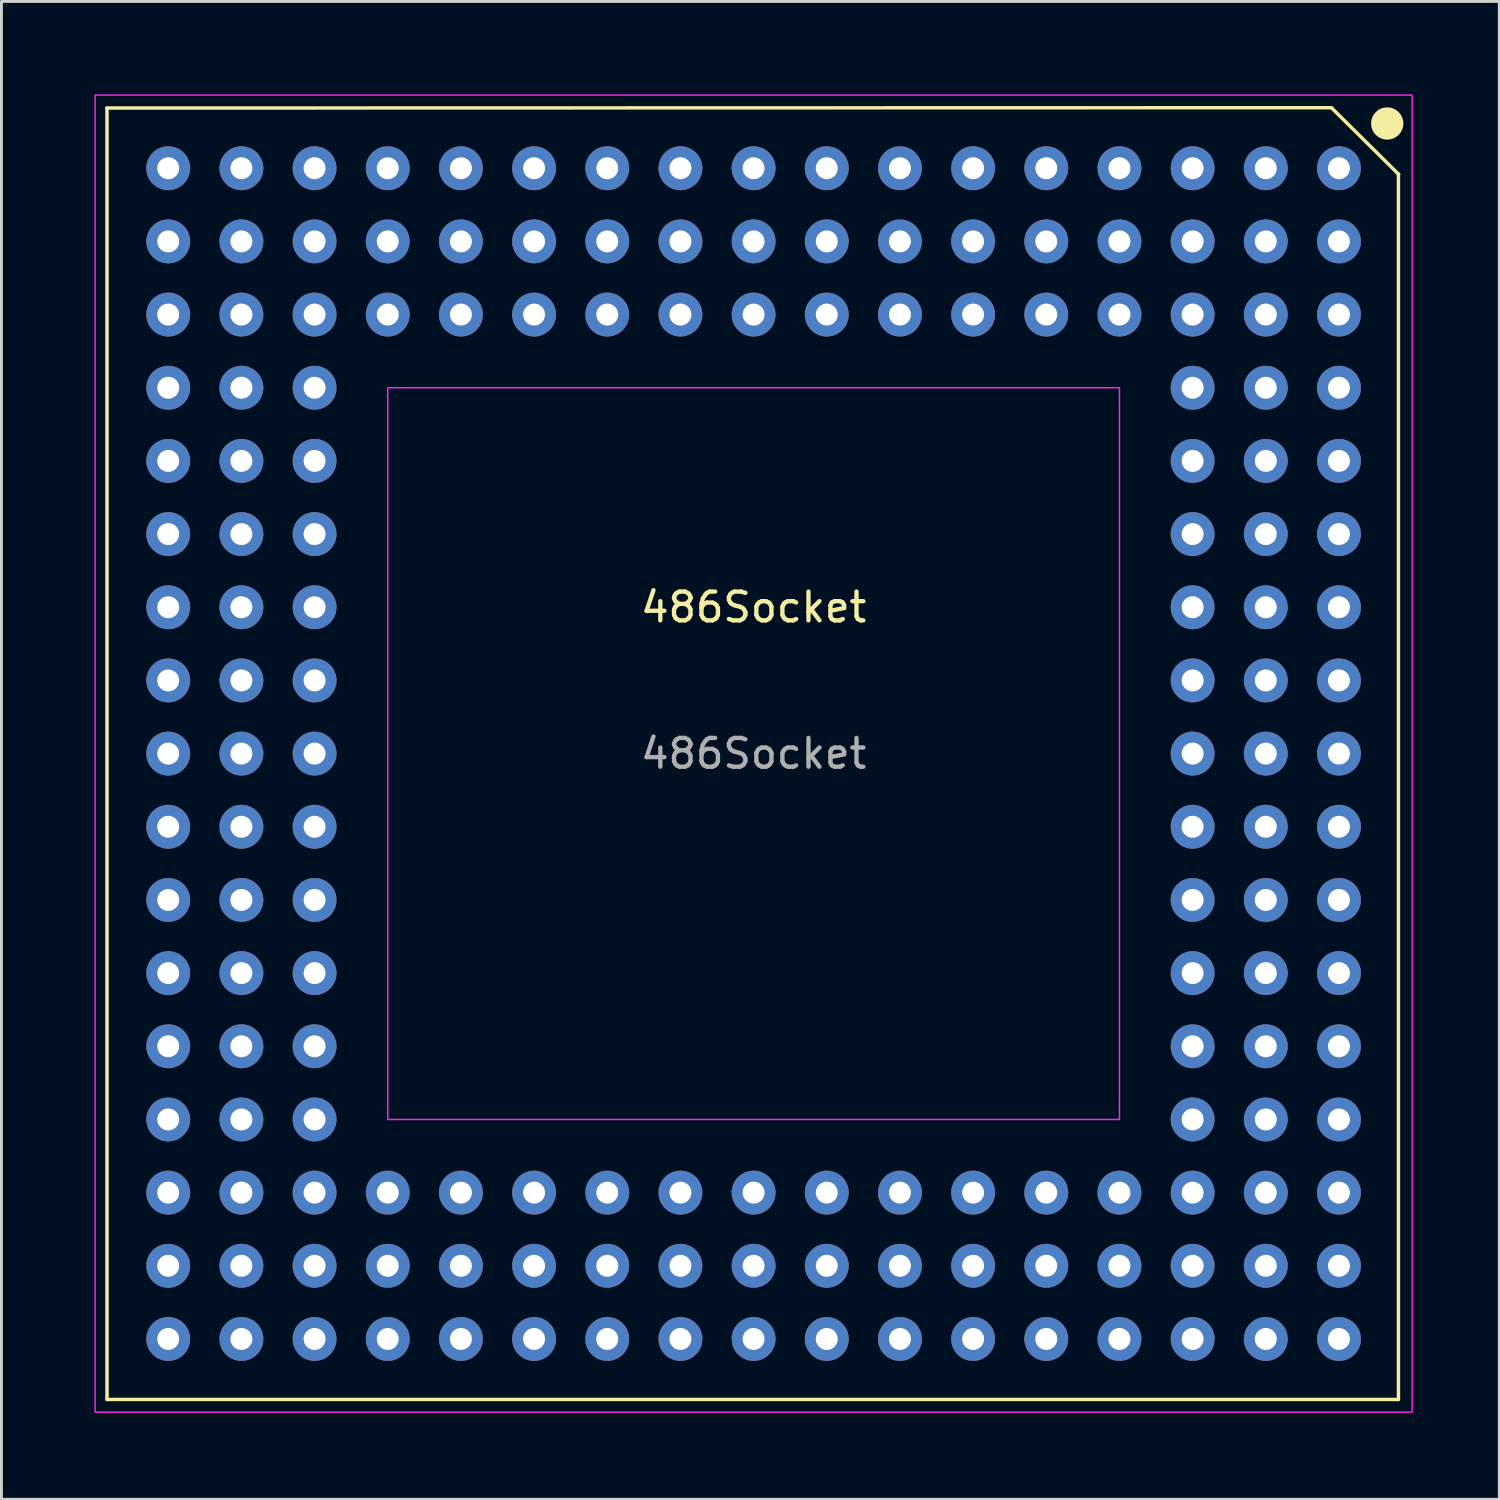
<source format=kicad_pcb>
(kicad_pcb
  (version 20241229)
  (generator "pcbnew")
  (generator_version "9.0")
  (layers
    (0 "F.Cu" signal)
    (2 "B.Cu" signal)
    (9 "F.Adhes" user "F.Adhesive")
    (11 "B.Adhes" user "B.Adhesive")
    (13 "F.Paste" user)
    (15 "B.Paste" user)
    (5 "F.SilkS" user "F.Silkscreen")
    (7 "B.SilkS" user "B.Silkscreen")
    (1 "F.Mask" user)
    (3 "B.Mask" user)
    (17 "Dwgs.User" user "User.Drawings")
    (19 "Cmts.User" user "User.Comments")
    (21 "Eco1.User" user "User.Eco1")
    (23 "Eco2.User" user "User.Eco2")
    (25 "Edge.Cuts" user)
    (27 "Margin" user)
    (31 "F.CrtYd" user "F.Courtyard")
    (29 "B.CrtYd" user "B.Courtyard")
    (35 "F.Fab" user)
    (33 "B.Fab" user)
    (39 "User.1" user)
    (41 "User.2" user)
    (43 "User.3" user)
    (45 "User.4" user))
  (footprint "486Socket"
    (layer "F.Cu")
    (at 0.25 0.25)
    (property "Reference" "486Socket" (at 22.86 17.78 0) (unlocked yes) (layer "F.SilkS") (effects (font (size 1 1) (thickness 0.15))))
    (attr through_hole)
    (fp_line (start 0.414 0.45) (end 0.414 45.28) (stroke (width 0.12) (type default)) (layer "F.SilkS"))
    (fp_line (start 0.414 45.28) (end 45.244 45.28) (stroke (width 0.12) (type default)) (layer "F.SilkS"))
    (fp_line (start 42.917 0.439) (end 0.414 0.45) (stroke (width 0.12) (type default)) (layer "F.SilkS"))
    (fp_line (start 45.244 45.28) (end 45.244 2.74) (stroke (width 0.12) (type default)) (layer "F.SilkS"))
    (fp_line (start 45.251 2.75) (end 42.917 0.439) (stroke (width 0.12) (type default)) (layer "F.SilkS"))
    (fp_circle (center 44.855 0.987) (end 45.355 0.987) (stroke (width 0.12) (type solid)) (fill yes) (layer "F.SilkS"))
    (fp_rect (start 0 0) (end 45.72 45.72) (stroke (width 0.05) (type default)) (fill no) (layer "F.CrtYd"))
    (fp_rect (start 10.16 10.16) (end 35.56 35.56) (stroke (width 0.05) (type default)) (fill no) (layer "F.CrtYd"))
    (fp_text user "${REFERENCE}" (at 22.86 22.86 0) (unlocked yes) (layer "F.Fab") (effects (font (size 1 1) (thickness 0.15))))
    (pad "A1" thru_hole circle (at 43.18 2.54) (size 1.524 1.524) (drill 0.762) (layers "*.Cu" "*.Mask"))
    (pad "A2" thru_hole circle (at 43.18 5.08) (size 1.524 1.524) (drill 0.762) (layers "*.Cu" "*.Mask"))
    (pad "A3" thru_hole circle (at 43.18 7.62) (size 1.524 1.524) (drill 0.762) (layers "*.Cu" "*.Mask"))
    (pad "A4" thru_hole circle (at 43.18 10.16) (size 1.524 1.524) (drill 0.762) (layers "*.Cu" "*.Mask"))
    (pad "A5" thru_hole circle (at 43.18 12.7) (size 1.524 1.524) (drill 0.762) (layers "*.Cu" "*.Mask"))
    (pad "A6" thru_hole circle (at 43.18 15.24) (size 1.524 1.524) (drill 0.762) (layers "*.Cu" "*.Mask"))
    (pad "A7" thru_hole circle (at 43.18 17.78) (size 1.524 1.524) (drill 0.762) (layers "*.Cu" "*.Mask"))
    (pad "A8" thru_hole circle (at 43.18 20.32) (size 1.524 1.524) (drill 0.762) (layers "*.Cu" "*.Mask"))
    (pad "A9" thru_hole circle (at 43.18 22.86) (size 1.524 1.524) (drill 0.762) (layers "*.Cu" "*.Mask"))
    (pad "A10" thru_hole circle (at 43.18 25.4) (size 1.524 1.524) (drill 0.762) (layers "*.Cu" "*.Mask"))
    (pad "A11" thru_hole circle (at 43.18 27.94) (size 1.524 1.524) (drill 0.762) (layers "*.Cu" "*.Mask"))
    (pad "A12" thru_hole circle (at 43.18 30.48) (size 1.524 1.524) (drill 0.762) (layers "*.Cu" "*.Mask"))
    (pad "A13" thru_hole circle (at 43.18 33.02) (size 1.524 1.524) (drill 0.762) (layers "*.Cu" "*.Mask"))
    (pad "A14" thru_hole circle (at 43.18 35.56) (size 1.524 1.524) (drill 0.762) (layers "*.Cu" "*.Mask"))
    (pad "A15" thru_hole circle (at 43.18 38.1) (size 1.524 1.524) (drill 0.762) (layers "*.Cu" "*.Mask"))
    (pad "A16" thru_hole circle (at 43.18 40.64) (size 1.524 1.524) (drill 0.762) (layers "*.Cu" "*.Mask"))
    (pad "A17" thru_hole circle (at 43.18 43.18) (size 1.524 1.524) (drill 0.762) (layers "*.Cu" "*.Mask"))
    (pad "B1" thru_hole circle (at 40.64 2.54) (size 1.524 1.524) (drill 0.762) (layers "*.Cu" "*.Mask"))
    (pad "B2" thru_hole circle (at 40.64 5.08) (size 1.524 1.524) (drill 0.762) (layers "*.Cu" "*.Mask"))
    (pad "B3" thru_hole circle (at 40.64 7.62) (size 1.524 1.524) (drill 0.762) (layers "*.Cu" "*.Mask"))
    (pad "B4" thru_hole circle (at 40.64 10.16) (size 1.524 1.524) (drill 0.762) (layers "*.Cu" "*.Mask"))
    (pad "B5" thru_hole circle (at 40.64 12.7) (size 1.524 1.524) (drill 0.762) (layers "*.Cu" "*.Mask"))
    (pad "B6" thru_hole circle (at 40.64 15.24) (size 1.524 1.524) (drill 0.762) (layers "*.Cu" "*.Mask"))
    (pad "B7" thru_hole circle (at 40.64 17.78) (size 1.524 1.524) (drill 0.762) (layers "*.Cu" "*.Mask"))
    (pad "B8" thru_hole circle (at 40.64 20.32) (size 1.524 1.524) (drill 0.762) (layers "*.Cu" "*.Mask"))
    (pad "B9" thru_hole circle (at 40.64 22.86) (size 1.524 1.524) (drill 0.762) (layers "*.Cu" "*.Mask"))
    (pad "B10" thru_hole circle (at 40.64 25.4) (size 1.524 1.524) (drill 0.762) (layers "*.Cu" "*.Mask"))
    (pad "B11" thru_hole circle (at 40.64 27.94) (size 1.524 1.524) (drill 0.762) (layers "*.Cu" "*.Mask"))
    (pad "B12" thru_hole circle (at 40.64 30.48) (size 1.524 1.524) (drill 0.762) (layers "*.Cu" "*.Mask"))
    (pad "B13" thru_hole circle (at 40.64 33.02) (size 1.524 1.524) (drill 0.762) (layers "*.Cu" "*.Mask"))
    (pad "B14" thru_hole circle (at 40.64 35.56) (size 1.524 1.524) (drill 0.762) (layers "*.Cu" "*.Mask"))
    (pad "B15" thru_hole circle (at 40.64 38.1) (size 1.524 1.524) (drill 0.762) (layers "*.Cu" "*.Mask"))
    (pad "B16" thru_hole circle (at 40.64 40.64) (size 1.524 1.524) (drill 0.762) (layers "*.Cu" "*.Mask"))
    (pad "B17" thru_hole circle (at 40.64 43.18) (size 1.524 1.524) (drill 0.762) (layers "*.Cu" "*.Mask"))
    (pad "C1" thru_hole circle (at 38.1 2.54) (size 1.524 1.524) (drill 0.762) (layers "*.Cu" "*.Mask"))
    (pad "C2" thru_hole circle (at 38.1 5.08) (size 1.524 1.524) (drill 0.762) (layers "*.Cu" "*.Mask"))
    (pad "C3" thru_hole circle (at 38.1 7.62) (size 1.524 1.524) (drill 0.762) (layers "*.Cu" "*.Mask"))
    (pad "C4" thru_hole circle (at 38.1 10.16) (size 1.524 1.524) (drill 0.762) (layers "*.Cu" "*.Mask"))
    (pad "C5" thru_hole circle (at 38.1 12.7) (size 1.524 1.524) (drill 0.762) (layers "*.Cu" "*.Mask"))
    (pad "C6" thru_hole circle (at 38.1 15.24) (size 1.524 1.524) (drill 0.762) (layers "*.Cu" "*.Mask"))
    (pad "C7" thru_hole circle (at 38.1 17.78) (size 1.524 1.524) (drill 0.762) (layers "*.Cu" "*.Mask"))
    (pad "C8" thru_hole circle (at 38.1 20.32) (size 1.524 1.524) (drill 0.762) (layers "*.Cu" "*.Mask"))
    (pad "C9" thru_hole circle (at 38.1 22.86) (size 1.524 1.524) (drill 0.762) (layers "*.Cu" "*.Mask"))
    (pad "C10" thru_hole circle (at 38.1 25.4) (size 1.524 1.524) (drill 0.762) (layers "*.Cu" "*.Mask"))
    (pad "C11" thru_hole circle (at 38.1 27.94) (size 1.524 1.524) (drill 0.762) (layers "*.Cu" "*.Mask"))
    (pad "C12" thru_hole circle (at 38.1 30.48) (size 1.524 1.524) (drill 0.762) (layers "*.Cu" "*.Mask"))
    (pad "C13" thru_hole circle (at 38.1 33.02) (size 1.524 1.524) (drill 0.762) (layers "*.Cu" "*.Mask"))
    (pad "C14" thru_hole circle (at 38.1 35.56) (size 1.524 1.524) (drill 0.762) (layers "*.Cu" "*.Mask"))
    (pad "C15" thru_hole circle (at 38.1 38.1) (size 1.524 1.524) (drill 0.762) (layers "*.Cu" "*.Mask"))
    (pad "C16" thru_hole circle (at 38.1 40.64) (size 1.524 1.524) (drill 0.762) (layers "*.Cu" "*.Mask"))
    (pad "C17" thru_hole circle (at 38.1 43.18) (size 1.524 1.524) (drill 0.762) (layers "*.Cu" "*.Mask"))
    (pad "D1" thru_hole circle (at 35.56 2.54) (size 1.524 1.524) (drill 0.762) (layers "*.Cu" "*.Mask"))
    (pad "D2" thru_hole circle (at 35.56 5.08) (size 1.524 1.524) (drill 0.762) (layers "*.Cu" "*.Mask"))
    (pad "D3" thru_hole circle (at 35.56 7.62) (size 1.524 1.524) (drill 0.762) (layers "*.Cu" "*.Mask"))
    (pad "D15" thru_hole circle (at 35.56 38.1) (size 1.524 1.524) (drill 0.762) (layers "*.Cu" "*.Mask"))
    (pad "D16" thru_hole circle (at 35.56 40.64) (size 1.524 1.524) (drill 0.762) (layers "*.Cu" "*.Mask"))
    (pad "D17" thru_hole circle (at 35.56 43.18) (size 1.524 1.524) (drill 0.762) (layers "*.Cu" "*.Mask"))
    (pad "E1" thru_hole circle (at 33.02 2.54) (size 1.524 1.524) (drill 0.762) (layers "*.Cu" "*.Mask"))
    (pad "E2" thru_hole circle (at 33.02 5.08) (size 1.524 1.524) (drill 0.762) (layers "*.Cu" "*.Mask"))
    (pad "E3" thru_hole circle (at 33.02 7.62) (size 1.524 1.524) (drill 0.762) (layers "*.Cu" "*.Mask"))
    (pad "E15" thru_hole circle (at 33.02 38.1) (size 1.524 1.524) (drill 0.762) (layers "*.Cu" "*.Mask"))
    (pad "E16" thru_hole circle (at 33.02 40.64) (size 1.524 1.524) (drill 0.762) (layers "*.Cu" "*.Mask"))
    (pad "E17" thru_hole circle (at 33.02 43.18) (size 1.524 1.524) (drill 0.762) (layers "*.Cu" "*.Mask"))
    (pad "F1" thru_hole circle (at 30.48 2.54) (size 1.524 1.524) (drill 0.762) (layers "*.Cu" "*.Mask"))
    (pad "F2" thru_hole circle (at 30.48 5.08) (size 1.524 1.524) (drill 0.762) (layers "*.Cu" "*.Mask"))
    (pad "F3" thru_hole circle (at 30.48 7.62) (size 1.524 1.524) (drill 0.762) (layers "*.Cu" "*.Mask"))
    (pad "F15" thru_hole circle (at 30.48 38.1) (size 1.524 1.524) (drill 0.762) (layers "*.Cu" "*.Mask"))
    (pad "F16" thru_hole circle (at 30.48 40.64) (size 1.524 1.524) (drill 0.762) (layers "*.Cu" "*.Mask"))
    (pad "F17" thru_hole circle (at 30.48 43.18) (size 1.524 1.524) (drill 0.762) (layers "*.Cu" "*.Mask"))
    (pad "G1" thru_hole circle (at 27.94 2.54) (size 1.524 1.524) (drill 0.762) (layers "*.Cu" "*.Mask"))
    (pad "G2" thru_hole circle (at 27.94 5.08) (size 1.524 1.524) (drill 0.762) (layers "*.Cu" "*.Mask"))
    (pad "G3" thru_hole circle (at 27.94 7.62) (size 1.524 1.524) (drill 0.762) (layers "*.Cu" "*.Mask"))
    (pad "G15" thru_hole circle (at 27.94 38.1) (size 1.524 1.524) (drill 0.762) (layers "*.Cu" "*.Mask"))
    (pad "G16" thru_hole circle (at 27.94 40.64) (size 1.524 1.524) (drill 0.762) (layers "*.Cu" "*.Mask"))
    (pad "G17" thru_hole circle (at 27.94 43.18) (size 1.524 1.524) (drill 0.762) (layers "*.Cu" "*.Mask"))
    (pad "H1" thru_hole circle (at 25.4 2.54) (size 1.524 1.524) (drill 0.762) (layers "*.Cu" "*.Mask"))
    (pad "H2" thru_hole circle (at 25.4 5.08) (size 1.524 1.524) (drill 0.762) (layers "*.Cu" "*.Mask"))
    (pad "H3" thru_hole circle (at 25.4 7.62) (size 1.524 1.524) (drill 0.762) (layers "*.Cu" "*.Mask"))
    (pad "H15" thru_hole circle (at 25.4 38.1) (size 1.524 1.524) (drill 0.762) (layers "*.Cu" "*.Mask"))
    (pad "H16" thru_hole circle (at 25.4 40.64) (size 1.524 1.524) (drill 0.762) (layers "*.Cu" "*.Mask"))
    (pad "H17" thru_hole circle (at 25.4 43.18) (size 1.524 1.524) (drill 0.762) (layers "*.Cu" "*.Mask"))
    (pad "J1" thru_hole circle (at 22.86 2.54) (size 1.524 1.524) (drill 0.762) (layers "*.Cu" "*.Mask"))
    (pad "J2" thru_hole circle (at 22.86 5.08) (size 1.524 1.524) (drill 0.762) (layers "*.Cu" "*.Mask"))
    (pad "J3" thru_hole circle (at 22.86 7.62) (size 1.524 1.524) (drill 0.762) (layers "*.Cu" "*.Mask"))
    (pad "J15" thru_hole circle (at 22.86 38.1) (size 1.524 1.524) (drill 0.762) (layers "*.Cu" "*.Mask"))
    (pad "J16" thru_hole circle (at 22.86 40.64) (size 1.524 1.524) (drill 0.762) (layers "*.Cu" "*.Mask"))
    (pad "J17" thru_hole circle (at 22.86 43.18) (size 1.524 1.524) (drill 0.762) (layers "*.Cu" "*.Mask"))
    (pad "K1" thru_hole circle (at 20.32 2.54) (size 1.524 1.524) (drill 0.762) (layers "*.Cu" "*.Mask"))
    (pad "K2" thru_hole circle (at 20.32 5.08) (size 1.524 1.524) (drill 0.762) (layers "*.Cu" "*.Mask"))
    (pad "K3" thru_hole circle (at 20.32 7.62) (size 1.524 1.524) (drill 0.762) (layers "*.Cu" "*.Mask"))
    (pad "K15" thru_hole circle (at 20.32 38.1) (size 1.524 1.524) (drill 0.762) (layers "*.Cu" "*.Mask"))
    (pad "K16" thru_hole circle (at 20.32 40.64) (size 1.524 1.524) (drill 0.762) (layers "*.Cu" "*.Mask"))
    (pad "K17" thru_hole circle (at 20.32 43.18) (size 1.524 1.524) (drill 0.762) (layers "*.Cu" "*.Mask"))
    (pad "L1" thru_hole circle (at 17.78 2.54) (size 1.524 1.524) (drill 0.762) (layers "*.Cu" "*.Mask"))
    (pad "L2" thru_hole circle (at 17.78 5.08) (size 1.524 1.524) (drill 0.762) (layers "*.Cu" "*.Mask"))
    (pad "L3" thru_hole circle (at 17.78 7.62) (size 1.524 1.524) (drill 0.762) (layers "*.Cu" "*.Mask"))
    (pad "L15" thru_hole circle (at 17.78 38.1) (size 1.524 1.524) (drill 0.762) (layers "*.Cu" "*.Mask"))
    (pad "L16" thru_hole circle (at 17.78 40.64) (size 1.524 1.524) (drill 0.762) (layers "*.Cu" "*.Mask"))
    (pad "L17" thru_hole circle (at 17.78 43.18) (size 1.524 1.524) (drill 0.762) (layers "*.Cu" "*.Mask"))
    (pad "M1" thru_hole circle (at 15.24 2.54) (size 1.524 1.524) (drill 0.762) (layers "*.Cu" "*.Mask"))
    (pad "M2" thru_hole circle (at 15.24 5.08) (size 1.524 1.524) (drill 0.762) (layers "*.Cu" "*.Mask"))
    (pad "M3" thru_hole circle (at 15.24 7.62) (size 1.524 1.524) (drill 0.762) (layers "*.Cu" "*.Mask"))
    (pad "M15" thru_hole circle (at 15.24 38.1) (size 1.524 1.524) (drill 0.762) (layers "*.Cu" "*.Mask"))
    (pad "M16" thru_hole circle (at 15.24 40.64) (size 1.524 1.524) (drill 0.762) (layers "*.Cu" "*.Mask"))
    (pad "M17" thru_hole circle (at 15.24 43.18) (size 1.524 1.524) (drill 0.762) (layers "*.Cu" "*.Mask"))
    (pad "N1" thru_hole circle (at 12.7 2.54) (size 1.524 1.524) (drill 0.762) (layers "*.Cu" "*.Mask"))
    (pad "N2" thru_hole circle (at 12.7 5.08) (size 1.524 1.524) (drill 0.762) (layers "*.Cu" "*.Mask"))
    (pad "N3" thru_hole circle (at 12.7 7.62) (size 1.524 1.524) (drill 0.762) (layers "*.Cu" "*.Mask"))
    (pad "N15" thru_hole circle (at 12.7 38.1) (size 1.524 1.524) (drill 0.762) (layers "*.Cu" "*.Mask"))
    (pad "N16" thru_hole circle (at 12.7 40.64) (size 1.524 1.524) (drill 0.762) (layers "*.Cu" "*.Mask"))
    (pad "N17" thru_hole circle (at 12.7 43.18) (size 1.524 1.524) (drill 0.762) (layers "*.Cu" "*.Mask"))
    (pad "P1" thru_hole circle (at 10.16 2.54) (size 1.524 1.524) (drill 0.762) (layers "*.Cu" "*.Mask"))
    (pad "P2" thru_hole circle (at 10.16 5.08) (size 1.524 1.524) (drill 0.762) (layers "*.Cu" "*.Mask"))
    (pad "P3" thru_hole circle (at 10.16 7.62) (size 1.524 1.524) (drill 0.762) (layers "*.Cu" "*.Mask"))
    (pad "P15" thru_hole circle (at 10.16 38.1) (size 1.524 1.524) (drill 0.762) (layers "*.Cu" "*.Mask"))
    (pad "P16" thru_hole circle (at 10.16 40.64) (size 1.524 1.524) (drill 0.762) (layers "*.Cu" "*.Mask"))
    (pad "P17" thru_hole circle (at 10.16 43.18) (size 1.524 1.524) (drill 0.762) (layers "*.Cu" "*.Mask"))
    (pad "Q1" thru_hole circle (at 7.62 2.54) (size 1.524 1.524) (drill 0.762) (layers "*.Cu" "*.Mask"))
    (pad "Q2" thru_hole circle (at 7.62 5.08) (size 1.524 1.524) (drill 0.762) (layers "*.Cu" "*.Mask"))
    (pad "Q3" thru_hole circle (at 7.62 7.62) (size 1.524 1.524) (drill 0.762) (layers "*.Cu" "*.Mask"))
    (pad "Q4" thru_hole circle (at 7.62 10.16) (size 1.524 1.524) (drill 0.762) (layers "*.Cu" "*.Mask"))
    (pad "Q5" thru_hole circle (at 7.62 12.7) (size 1.524 1.524) (drill 0.762) (layers "*.Cu" "*.Mask"))
    (pad "Q6" thru_hole circle (at 7.62 15.24) (size 1.524 1.524) (drill 0.762) (layers "*.Cu" "*.Mask"))
    (pad "Q7" thru_hole circle (at 7.62 17.78) (size 1.524 1.524) (drill 0.762) (layers "*.Cu" "*.Mask"))
    (pad "Q8" thru_hole circle (at 7.62 20.32) (size 1.524 1.524) (drill 0.762) (layers "*.Cu" "*.Mask"))
    (pad "Q9" thru_hole circle (at 7.62 22.86) (size 1.524 1.524) (drill 0.762) (layers "*.Cu" "*.Mask"))
    (pad "Q10" thru_hole circle (at 7.62 25.4) (size 1.524 1.524) (drill 0.762) (layers "*.Cu" "*.Mask"))
    (pad "Q11" thru_hole circle (at 7.62 27.94) (size 1.524 1.524) (drill 0.762) (layers "*.Cu" "*.Mask"))
    (pad "Q12" thru_hole circle (at 7.62 30.48) (size 1.524 1.524) (drill 0.762) (layers "*.Cu" "*.Mask"))
    (pad "Q13" thru_hole circle (at 7.62 33.02) (size 1.524 1.524) (drill 0.762) (layers "*.Cu" "*.Mask"))
    (pad "Q14" thru_hole circle (at 7.62 35.56) (size 1.524 1.524) (drill 0.762) (layers "*.Cu" "*.Mask"))
    (pad "Q15" thru_hole circle (at 7.62 38.1) (size 1.524 1.524) (drill 0.762) (layers "*.Cu" "*.Mask"))
    (pad "Q16" thru_hole circle (at 7.62 40.64) (size 1.524 1.524) (drill 0.762) (layers "*.Cu" "*.Mask"))
    (pad "Q17" thru_hole circle (at 7.62 43.18) (size 1.524 1.524) (drill 0.762) (layers "*.Cu" "*.Mask"))
    (pad "R1" thru_hole circle (at 5.08 2.54) (size 1.524 1.524) (drill 0.762) (layers "*.Cu" "*.Mask"))
    (pad "R2" thru_hole circle (at 5.08 5.08) (size 1.524 1.524) (drill 0.762) (layers "*.Cu" "*.Mask"))
    (pad "R3" thru_hole circle (at 5.08 7.62) (size 1.524 1.524) (drill 0.762) (layers "*.Cu" "*.Mask"))
    (pad "R4" thru_hole circle (at 5.08 10.16) (size 1.524 1.524) (drill 0.762) (layers "*.Cu" "*.Mask"))
    (pad "R5" thru_hole circle (at 5.08 12.7) (size 1.524 1.524) (drill 0.762) (layers "*.Cu" "*.Mask"))
    (pad "R6" thru_hole circle (at 5.08 15.24) (size 1.524 1.524) (drill 0.762) (layers "*.Cu" "*.Mask"))
    (pad "R7" thru_hole circle (at 5.08 17.78) (size 1.524 1.524) (drill 0.762) (layers "*.Cu" "*.Mask"))
    (pad "R8" thru_hole circle (at 5.08 20.32) (size 1.524 1.524) (drill 0.762) (layers "*.Cu" "*.Mask"))
    (pad "R9" thru_hole circle (at 5.08 22.86) (size 1.524 1.524) (drill 0.762) (layers "*.Cu" "*.Mask"))
    (pad "R10" thru_hole circle (at 5.08 25.4) (size 1.524 1.524) (drill 0.762) (layers "*.Cu" "*.Mask"))
    (pad "R11" thru_hole circle (at 5.08 27.94) (size 1.524 1.524) (drill 0.762) (layers "*.Cu" "*.Mask"))
    (pad "R12" thru_hole circle (at 5.08 30.48) (size 1.524 1.524) (drill 0.762) (layers "*.Cu" "*.Mask"))
    (pad "R13" thru_hole circle (at 5.08 33.02) (size 1.524 1.524) (drill 0.762) (layers "*.Cu" "*.Mask"))
    (pad "R14" thru_hole circle (at 5.08 35.56) (size 1.524 1.524) (drill 0.762) (layers "*.Cu" "*.Mask"))
    (pad "R15" thru_hole circle (at 5.08 38.1) (size 1.524 1.524) (drill 0.762) (layers "*.Cu" "*.Mask"))
    (pad "R16" thru_hole circle (at 5.08 40.64) (size 1.524 1.524) (drill 0.762) (layers "*.Cu" "*.Mask"))
    (pad "R17" thru_hole circle (at 5.08 43.18) (size 1.524 1.524) (drill 0.762) (layers "*.Cu" "*.Mask"))
    (pad "S1" thru_hole circle (at 2.54 2.54) (size 1.524 1.524) (drill 0.762) (layers "*.Cu" "*.Mask"))
    (pad "S2" thru_hole circle (at 2.54 5.08) (size 1.524 1.524) (drill 0.762) (layers "*.Cu" "*.Mask"))
    (pad "S3" thru_hole circle (at 2.54 7.62) (size 1.524 1.524) (drill 0.762) (layers "*.Cu" "*.Mask"))
    (pad "S4" thru_hole circle (at 2.54 10.16) (size 1.524 1.524) (drill 0.762) (layers "*.Cu" "*.Mask"))
    (pad "S5" thru_hole circle (at 2.54 12.7) (size 1.524 1.524) (drill 0.762) (layers "*.Cu" "*.Mask"))
    (pad "S6" thru_hole circle (at 2.54 15.24) (size 1.524 1.524) (drill 0.762) (layers "*.Cu" "*.Mask"))
    (pad "S7" thru_hole circle (at 2.54 17.78) (size 1.524 1.524) (drill 0.762) (layers "*.Cu" "*.Mask"))
    (pad "S8" thru_hole circle (at 2.54 20.32) (size 1.524 1.524) (drill 0.762) (layers "*.Cu" "*.Mask"))
    (pad "S9" thru_hole circle (at 2.54 22.86) (size 1.524 1.524) (drill 0.762) (layers "*.Cu" "*.Mask"))
    (pad "S10" thru_hole circle (at 2.54 25.4) (size 1.524 1.524) (drill 0.762) (layers "*.Cu" "*.Mask"))
    (pad "S11" thru_hole circle (at 2.54 27.94) (size 1.524 1.524) (drill 0.762) (layers "*.Cu" "*.Mask"))
    (pad "S12" thru_hole circle (at 2.54 30.48) (size 1.524 1.524) (drill 0.762) (layers "*.Cu" "*.Mask"))
    (pad "S13" thru_hole circle (at 2.54 33.02) (size 1.524 1.524) (drill 0.762) (layers "*.Cu" "*.Mask"))
    (pad "S14" thru_hole circle (at 2.54 35.56) (size 1.524 1.524) (drill 0.762) (layers "*.Cu" "*.Mask"))
    (pad "S15" thru_hole circle (at 2.54 38.1) (size 1.524 1.524) (drill 0.762) (layers "*.Cu" "*.Mask"))
    (pad "S16" thru_hole circle (at 2.54 40.64) (size 1.524 1.524) (drill 0.762) (layers "*.Cu" "*.Mask"))
    (pad "S17" thru_hole circle (at 2.54 43.18) (size 1.524 1.524) (drill 0.762) (layers "*.Cu" "*.Mask")))
  (gr_rect
    (start -3 -3)
    (end 48.995 48.995)
    (stroke (width 0.1) (type default))
    (fill no)
    (layer "Edge.Cuts")))
</source>
